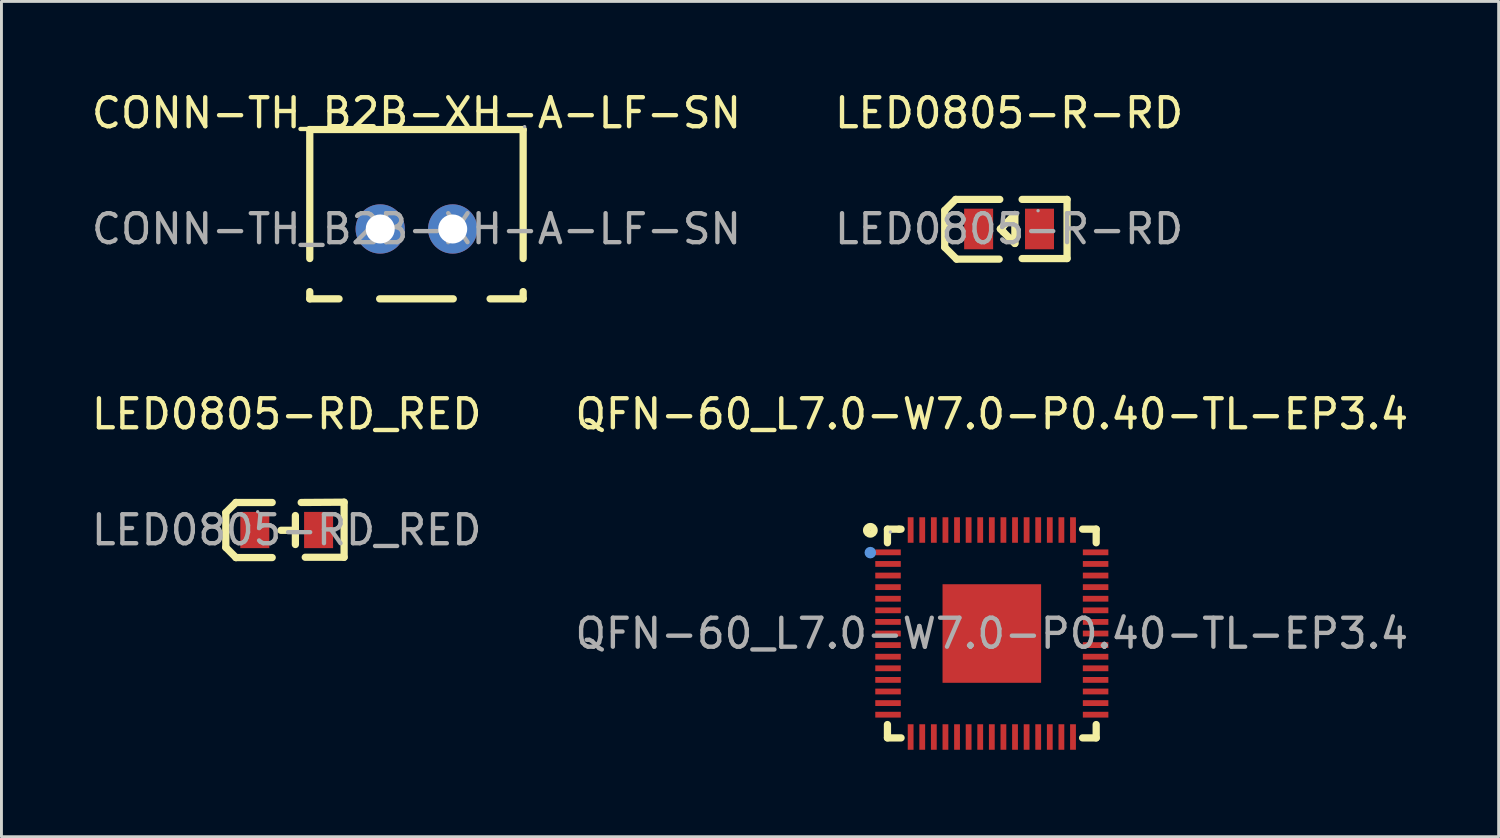
<source format=kicad_pcb>
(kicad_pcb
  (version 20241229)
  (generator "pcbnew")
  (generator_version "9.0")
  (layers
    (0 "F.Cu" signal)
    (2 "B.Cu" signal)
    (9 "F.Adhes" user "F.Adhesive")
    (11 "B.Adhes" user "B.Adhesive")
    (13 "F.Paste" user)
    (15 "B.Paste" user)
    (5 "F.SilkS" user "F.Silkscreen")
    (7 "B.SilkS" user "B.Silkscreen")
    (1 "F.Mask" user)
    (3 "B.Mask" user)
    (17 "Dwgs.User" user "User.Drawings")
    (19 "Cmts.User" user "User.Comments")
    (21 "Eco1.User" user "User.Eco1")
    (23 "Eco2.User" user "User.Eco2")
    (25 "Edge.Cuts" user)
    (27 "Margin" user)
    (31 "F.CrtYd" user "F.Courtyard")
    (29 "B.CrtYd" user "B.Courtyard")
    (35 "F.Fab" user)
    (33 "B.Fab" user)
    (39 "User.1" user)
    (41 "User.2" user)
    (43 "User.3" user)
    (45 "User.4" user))
  (footprint "LED0805-R-RD"
    (layer "F.Cu")
    (at 31.756 4.848)
    (property "Reference" "LED0805-R-RD" (at 0 -4 0) (layer "F.SilkS") (effects (font (size 1 1) (thickness 0.15))))
    (attr smd)
    (fp_line (start -2.22 -0.64) (end -1.84 -1.02) (stroke (width 0.25) (type solid)) (layer "F.SilkS"))
    (fp_line (start -2.22 0.63) (end -2.22 -0.64) (stroke (width 0.25) (type solid)) (layer "F.SilkS"))
    (fp_line (start -1.84 -1.02) (end -0.32 -1.02) (stroke (width 0.25) (type solid)) (layer "F.SilkS"))
    (fp_line (start -1.81 1.04) (end -2.22 0.63) (stroke (width 0.25) (type solid)) (layer "F.SilkS"))
    (fp_line (start -0.34 1.04) (end -1.81 1.04) (stroke (width 0.25) (type solid)) (layer "F.SilkS"))
    (fp_line (start -0.3 0) (end -0.2 0.1) (stroke (width 0.25) (type solid)) (layer "F.SilkS"))
    (fp_line (start -0.2 -0.1) (end -0.3 0) (stroke (width 0.25) (type solid)) (layer "F.SilkS"))
    (fp_line (start -0.2 0.1) (end 0.2 0.5) (stroke (width 0.25) (type solid)) (layer "F.SilkS"))
    (fp_line (start 0.2 -0.5) (end -0.2 -0.1) (stroke (width 0.25) (type solid)) (layer "F.SilkS"))
    (fp_line (start 0.2 -0.5) (end 0.2 0.5) (stroke (width 0.25) (type solid)) (layer "F.SilkS"))
    (fp_line (start 0.45 1.02) (end 2 1.02) (stroke (width 0.25) (type solid)) (layer "F.SilkS"))
    (fp_line (start 2 -1.02) (end 0.45 -1.02) (stroke (width 0.25) (type solid)) (layer "F.SilkS"))
    (fp_line (start 2 1.02) (end 2 -1.02) (stroke (width 0.25) (type solid)) (layer "F.SilkS"))
    (fp_circle (center 1 -0.63) (end 1.03 -0.63) (stroke (width 0.06) (type solid)) (fill no) (layer "F.Fab"))
    (fp_text user "${REFERENCE}" (at 0 0 0) (layer "F.Fab") (effects (font (size 1 1) (thickness 0.15))))
    (pad "1" smd rect (at 1.05 0 180) (size 1 1.4) (layers "F.Cu" "F.Mask" "F.Paste"))
    (pad "2" smd rect (at -1.05 0 180) (size 1 1.4) (layers "F.Cu" "F.Mask" "F.Paste")))
  (footprint "CONN-TH_B2B-XH-A-LF-SN"
    (layer "F.Cu")
    (at 11.315 4.848)
    (property "Reference" "CONN-TH_B2B-XH-A-LF-SN" (at 0 -4 0) (layer "F.SilkS") (effects (font (size 1 1) (thickness 0.15))))
    (attr through_hole)
    (fp_line (start -3.68 -3.43) (end 3.68 -3.43) (stroke (width 0.25) (type solid)) (layer "F.SilkS"))
    (fp_line (start -3.68 1.02) (end -3.68 -3.43) (stroke (width 0.25) (type solid)) (layer "F.SilkS"))
    (fp_line (start -3.68 2.41) (end -3.68 2.16) (stroke (width 0.25) (type solid)) (layer "F.SilkS"))
    (fp_line (start -3.68 2.41) (end -2.67 2.41) (stroke (width 0.25) (type solid)) (layer "F.SilkS"))
    (fp_line (start -1.27 2.41) (end 1.27 2.41) (stroke (width 0.25) (type solid)) (layer "F.SilkS"))
    (fp_line (start 3.68 -3.43) (end 3.68 1.02) (stroke (width 0.25) (type solid)) (layer "F.SilkS"))
    (fp_line (start 3.68 2.41) (end 2.54 2.41) (stroke (width 0.25) (type solid)) (layer "F.SilkS"))
    (fp_line (start 3.68 2.41) (end 3.68 2.16) (stroke (width 0.25) (type solid)) (layer "F.SilkS"))
    (fp_circle (center 3.73 -3.53) (end 3.76 -3.53) (stroke (width 0.06) (type solid)) (fill no) (layer "F.Fab"))
    (fp_text user "${REFERENCE}" (at 0 0 0) (layer "F.Fab") (effects (font (size 1 1) (thickness 0.15))))
    (pad "1" thru_hole circle (at 1.25 0 180) (size 1.7 1.7) (drill 1) (layers "*.Cu" "*.Mask"))
    (pad "2" thru_hole circle (at -1.25 0 180) (size 1.7 1.7) (drill 1) (layers "*.Cu" "*.Mask")))
  (footprint "LED0805-RD_RED"
    (layer "F.Cu")
    (at 6.839 15.232)
    (property "Reference" "LED0805-RD_RED" (at 0 -4 0) (layer "F.SilkS") (effects (font (size 1 1) (thickness 0.15))))
    (attr smd)
    (fp_line (start -2.1 -0.6) (end -2.1 0.6) (stroke (width 0.25) (type solid)) (layer "F.SilkS"))
    (fp_line (start -1.75 -0.95) (end -2.1 -0.6) (stroke (width 0.25) (type solid)) (layer "F.SilkS"))
    (fp_line (start -1.75 -0.95) (end -1.75 -0.95) (stroke (width 0.25) (type solid)) (layer "F.SilkS"))
    (fp_line (start -1.75 0.95) (end -2.1 0.6) (stroke (width 0.25) (type solid)) (layer "F.SilkS"))
    (fp_line (start -1.75 0.95) (end -1.75 0.95) (stroke (width 0.25) (type solid)) (layer "F.SilkS"))
    (fp_line (start -0.5 -0.95) (end -1.75 -0.95) (stroke (width 0.25) (type solid)) (layer "F.SilkS"))
    (fp_line (start -0.5 0.95) (end -1.75 0.95) (stroke (width 0.25) (type solid)) (layer "F.SilkS"))
    (fp_line (start 0.3 -0.5) (end 0.3 0.5) (stroke (width 0.25) (type solid)) (layer "F.SilkS"))
    (fp_line (start 0.3 0.01) (end -0.2 0.01) (stroke (width 0.25) (type solid)) (layer "F.SilkS"))
    (fp_line (start 0.5 -0.95) (end 1.98 -0.96) (stroke (width 0.25) (type solid)) (layer "F.SilkS"))
    (fp_line (start 0.64 0.94) (end 1.98 0.94) (stroke (width 0.25) (type solid)) (layer "F.SilkS"))
    (fp_line (start 1.98 -0.96) (end 1.98 0.94) (stroke (width 0.25) (type solid)) (layer "F.SilkS"))
    (fp_circle (center -1 -0.63) (end -0.97 -0.63) (stroke (width 0.06) (type solid)) (fill no) (layer "F.Fab"))
    (fp_text user "${REFERENCE}" (at 0 0 0) (layer "F.Fab") (effects (font (size 1 1) (thickness 0.15))))
    (pad "1" smd rect (at -1.1 0 180) (size 1 1.25) (layers "F.Cu" "F.Mask" "F.Paste"))
    (pad "2" smd rect (at 1.1 0 180) (size 1 1.25) (layers "F.Cu" "F.Mask" "F.Paste")))
  (footprint "QFN-60_L7.0-W7.0-P0.40-TL-EP3.4"
    (layer "F.Cu")
    (at 31.161 18.802)
    (property "Reference" "QFN-60_L7.0-W7.0-P0.40-TL-EP3.4" (at 0 -7.57 0) (layer "F.SilkS") (effects (font (size 1 1) (thickness 0.15))))
    (attr smd)
    (fp_line (start -3.6 -3.6) (end -3.6 -3.13) (stroke (width 0.25) (type solid)) (layer "F.SilkS"))
    (fp_line (start -3.6 3.14) (end -3.6 3.6) (stroke (width 0.25) (type solid)) (layer "F.SilkS"))
    (fp_line (start -3.6 3.6) (end -3.13 3.6) (stroke (width 0.25) (type solid)) (layer "F.SilkS"))
    (fp_line (start -3.2 -3.6) (end -3.6 -3.6) (stroke (width 0.25) (type solid)) (layer "F.SilkS"))
    (fp_line (start -3.13 -3.6) (end -3.2 -3.6) (stroke (width 0.25) (type solid)) (layer "F.SilkS"))
    (fp_line (start 3.13 3.6) (end 3.6 3.6) (stroke (width 0.25) (type solid)) (layer "F.SilkS"))
    (fp_line (start 3.6 -3.6) (end 3.13 -3.6) (stroke (width 0.25) (type solid)) (layer "F.SilkS"))
    (fp_line (start 3.6 -3.13) (end 3.6 -3.6) (stroke (width 0.25) (type solid)) (layer "F.SilkS"))
    (fp_line (start 3.6 3.6) (end 3.6 3.14) (stroke (width 0.25) (type solid)) (layer "F.SilkS"))
    (fp_circle (center -4.19 -3.56) (end -4.06 -3.56) (stroke (width 0.25) (type solid)) (fill no) (layer "F.SilkS"))
    (fp_circle (center -4.19 -2.79) (end -4.09 -2.79) (stroke (width 0.2) (type solid)) (fill no) (layer "Cmts.User"))
    (fp_circle (center -3.5 -3.5) (end -3.47 -3.5) (stroke (width 0.06) (type solid)) (fill no) (layer "F.Fab"))
    (fp_text user "${REFERENCE}" (at 0 0 0) (layer "F.Fab") (effects (font (size 1 1) (thickness 0.15))))
    (pad "1" smd rect (at -3.58 -2.8) (size 0.88 0.2) (layers "F.Cu" "F.Mask" "F.Paste"))
    (pad "2" smd rect (at -3.58 -2.4) (size 0.88 0.2) (layers "F.Cu" "F.Mask" "F.Paste"))
    (pad "3" smd rect (at -3.58 -2) (size 0.88 0.2) (layers "F.Cu" "F.Mask" "F.Paste"))
    (pad "4" smd rect (at -3.58 -1.6) (size 0.88 0.2) (layers "F.Cu" "F.Mask" "F.Paste"))
    (pad "5" smd rect (at -3.58 -1.2) (size 0.88 0.2) (layers "F.Cu" "F.Mask" "F.Paste"))
    (pad "6" smd rect (at -3.58 -0.8) (size 0.88 0.2) (layers "F.Cu" "F.Mask" "F.Paste"))
    (pad "7" smd rect (at -3.58 -0.4) (size 0.88 0.2) (layers "F.Cu" "F.Mask" "F.Paste"))
    (pad "8" smd rect (at -3.58 0) (size 0.88 0.2) (layers "F.Cu" "F.Mask" "F.Paste"))
    (pad "9" smd rect (at -3.58 0.4) (size 0.88 0.2) (layers "F.Cu" "F.Mask" "F.Paste"))
    (pad "10" smd rect (at -3.58 0.8) (size 0.88 0.2) (layers "F.Cu" "F.Mask" "F.Paste"))
    (pad "11" smd rect (at -3.58 1.2) (size 0.88 0.2) (layers "F.Cu" "F.Mask" "F.Paste"))
    (pad "12" smd rect (at -3.58 1.6) (size 0.88 0.2) (layers "F.Cu" "F.Mask" "F.Paste"))
    (pad "13" smd rect (at -3.58 2) (size 0.88 0.2) (layers "F.Cu" "F.Mask" "F.Paste"))
    (pad "14" smd rect (at -3.58 2.4) (size 0.88 0.2) (layers "F.Cu" "F.Mask" "F.Paste"))
    (pad "15" smd rect (at -3.58 2.8) (size 0.88 0.2) (layers "F.Cu" "F.Mask" "F.Paste"))
    (pad "16" smd rect (at -2.8 3.57) (size 0.2 0.88) (layers "F.Cu" "F.Mask" "F.Paste"))
    (pad "17" smd rect (at -2.4 3.57) (size 0.2 0.88) (layers "F.Cu" "F.Mask" "F.Paste"))
    (pad "18" smd rect (at -2 3.57) (size 0.2 0.88) (layers "F.Cu" "F.Mask" "F.Paste"))
    (pad "19" smd rect (at -1.6 3.57) (size 0.2 0.88) (layers "F.Cu" "F.Mask" "F.Paste"))
    (pad "20" smd rect (at -1.2 3.57) (size 0.2 0.88) (layers "F.Cu" "F.Mask" "F.Paste"))
    (pad "21" smd rect (at -0.8 3.57) (size 0.2 0.88) (layers "F.Cu" "F.Mask" "F.Paste"))
    (pad "22" smd rect (at -0.4 3.57) (size 0.2 0.88) (layers "F.Cu" "F.Mask" "F.Paste"))
    (pad "23" smd rect (at 0 3.57) (size 0.2 0.88) (layers "F.Cu" "F.Mask" "F.Paste"))
    (pad "24" smd rect (at 0.4 3.57) (size 0.2 0.88) (layers "F.Cu" "F.Mask" "F.Paste"))
    (pad "25" smd rect (at 0.8 3.57) (size 0.2 0.88) (layers "F.Cu" "F.Mask" "F.Paste"))
    (pad "26" smd rect (at 1.2 3.57) (size 0.2 0.88) (layers "F.Cu" "F.Mask" "F.Paste"))
    (pad "27" smd rect (at 1.6 3.57) (size 0.2 0.88) (layers "F.Cu" "F.Mask" "F.Paste"))
    (pad "28" smd rect (at 2 3.57) (size 0.2 0.88) (layers "F.Cu" "F.Mask" "F.Paste"))
    (pad "29" smd rect (at 2.4 3.57) (size 0.2 0.88) (layers "F.Cu" "F.Mask" "F.Paste"))
    (pad "30" smd rect (at 2.8 3.57) (size 0.2 0.88) (layers "F.Cu" "F.Mask" "F.Paste"))
    (pad "31" smd rect (at 3.58 2.8) (size 0.88 0.2) (layers "F.Cu" "F.Mask" "F.Paste"))
    (pad "32" smd rect (at 3.58 2.4) (size 0.88 0.2) (layers "F.Cu" "F.Mask" "F.Paste"))
    (pad "33" smd rect (at 3.58 2) (size 0.88 0.2) (layers "F.Cu" "F.Mask" "F.Paste"))
    (pad "34" smd rect (at 3.58 1.6) (size 0.88 0.2) (layers "F.Cu" "F.Mask" "F.Paste"))
    (pad "35" smd rect (at 3.58 1.2) (size 0.88 0.2) (layers "F.Cu" "F.Mask" "F.Paste"))
    (pad "36" smd rect (at 3.58 0.8) (size 0.88 0.2) (layers "F.Cu" "F.Mask" "F.Paste"))
    (pad "37" smd rect (at 3.58 0.4) (size 0.88 0.2) (layers "F.Cu" "F.Mask" "F.Paste"))
    (pad "38" smd rect (at 3.58 0) (size 0.88 0.2) (layers "F.Cu" "F.Mask" "F.Paste"))
    (pad "39" smd rect (at 3.58 -0.4) (size 0.88 0.2) (layers "F.Cu" "F.Mask" "F.Paste"))
    (pad "40" smd rect (at 3.58 -0.8) (size 0.88 0.2) (layers "F.Cu" "F.Mask" "F.Paste"))
    (pad "41" smd rect (at 3.58 -1.2) (size 0.88 0.2) (layers "F.Cu" "F.Mask" "F.Paste"))
    (pad "42" smd rect (at 3.58 -1.6) (size 0.88 0.2) (layers "F.Cu" "F.Mask" "F.Paste"))
    (pad "43" smd rect (at 3.58 -2) (size 0.88 0.2) (layers "F.Cu" "F.Mask" "F.Paste"))
    (pad "44" smd rect (at 3.58 -2.4) (size 0.88 0.2) (layers "F.Cu" "F.Mask" "F.Paste"))
    (pad "45" smd rect (at 3.58 -2.8) (size 0.88 0.2) (layers "F.Cu" "F.Mask" "F.Paste"))
    (pad "46" smd rect (at 2.8 -3.57) (size 0.2 0.88) (layers "F.Cu" "F.Mask" "F.Paste"))
    (pad "47" smd rect (at 2.4 -3.57) (size 0.2 0.88) (layers "F.Cu" "F.Mask" "F.Paste"))
    (pad "48" smd rect (at 2 -3.57) (size 0.2 0.88) (layers "F.Cu" "F.Mask" "F.Paste"))
    (pad "49" smd rect (at 1.6 -3.57) (size 0.2 0.88) (layers "F.Cu" "F.Mask" "F.Paste"))
    (pad "50" smd rect (at 1.2 -3.57) (size 0.2 0.88) (layers "F.Cu" "F.Mask" "F.Paste"))
    (pad "51" smd rect (at 0.8 -3.57) (size 0.2 0.88) (layers "F.Cu" "F.Mask" "F.Paste"))
    (pad "52" smd rect (at 0.4 -3.57) (size 0.2 0.88) (layers "F.Cu" "F.Mask" "F.Paste"))
    (pad "53" smd rect (at 0 -3.57) (size 0.2 0.88) (layers "F.Cu" "F.Mask" "F.Paste"))
    (pad "54" smd rect (at -0.4 -3.57) (size 0.2 0.88) (layers "F.Cu" "F.Mask" "F.Paste"))
    (pad "55" smd rect (at -0.8 -3.57) (size 0.2 0.88) (layers "F.Cu" "F.Mask" "F.Paste"))
    (pad "56" smd rect (at -1.2 -3.57) (size 0.2 0.88) (layers "F.Cu" "F.Mask" "F.Paste"))
    (pad "57" smd rect (at -1.6 -3.57) (size 0.2 0.88) (layers "F.Cu" "F.Mask" "F.Paste"))
    (pad "58" smd rect (at -2 -3.57) (size 0.2 0.88) (layers "F.Cu" "F.Mask" "F.Paste"))
    (pad "59" smd rect (at -2.4 -3.57) (size 0.2 0.88) (layers "F.Cu" "F.Mask" "F.Paste"))
    (pad "60" smd rect (at -2.8 -3.57) (size 0.2 0.88) (layers "F.Cu" "F.Mask" "F.Paste"))
    (pad "61" smd rect (at 0 0) (size 3.4 3.4) (layers "F.Cu" "F.Mask" "F.Paste")))
  (gr_rect
    (start -3 -3)
    (end 48.643 25.811)
    (stroke (width 0.1) (type default))
    (fill no)
    (layer "Edge.Cuts")))
</source>
